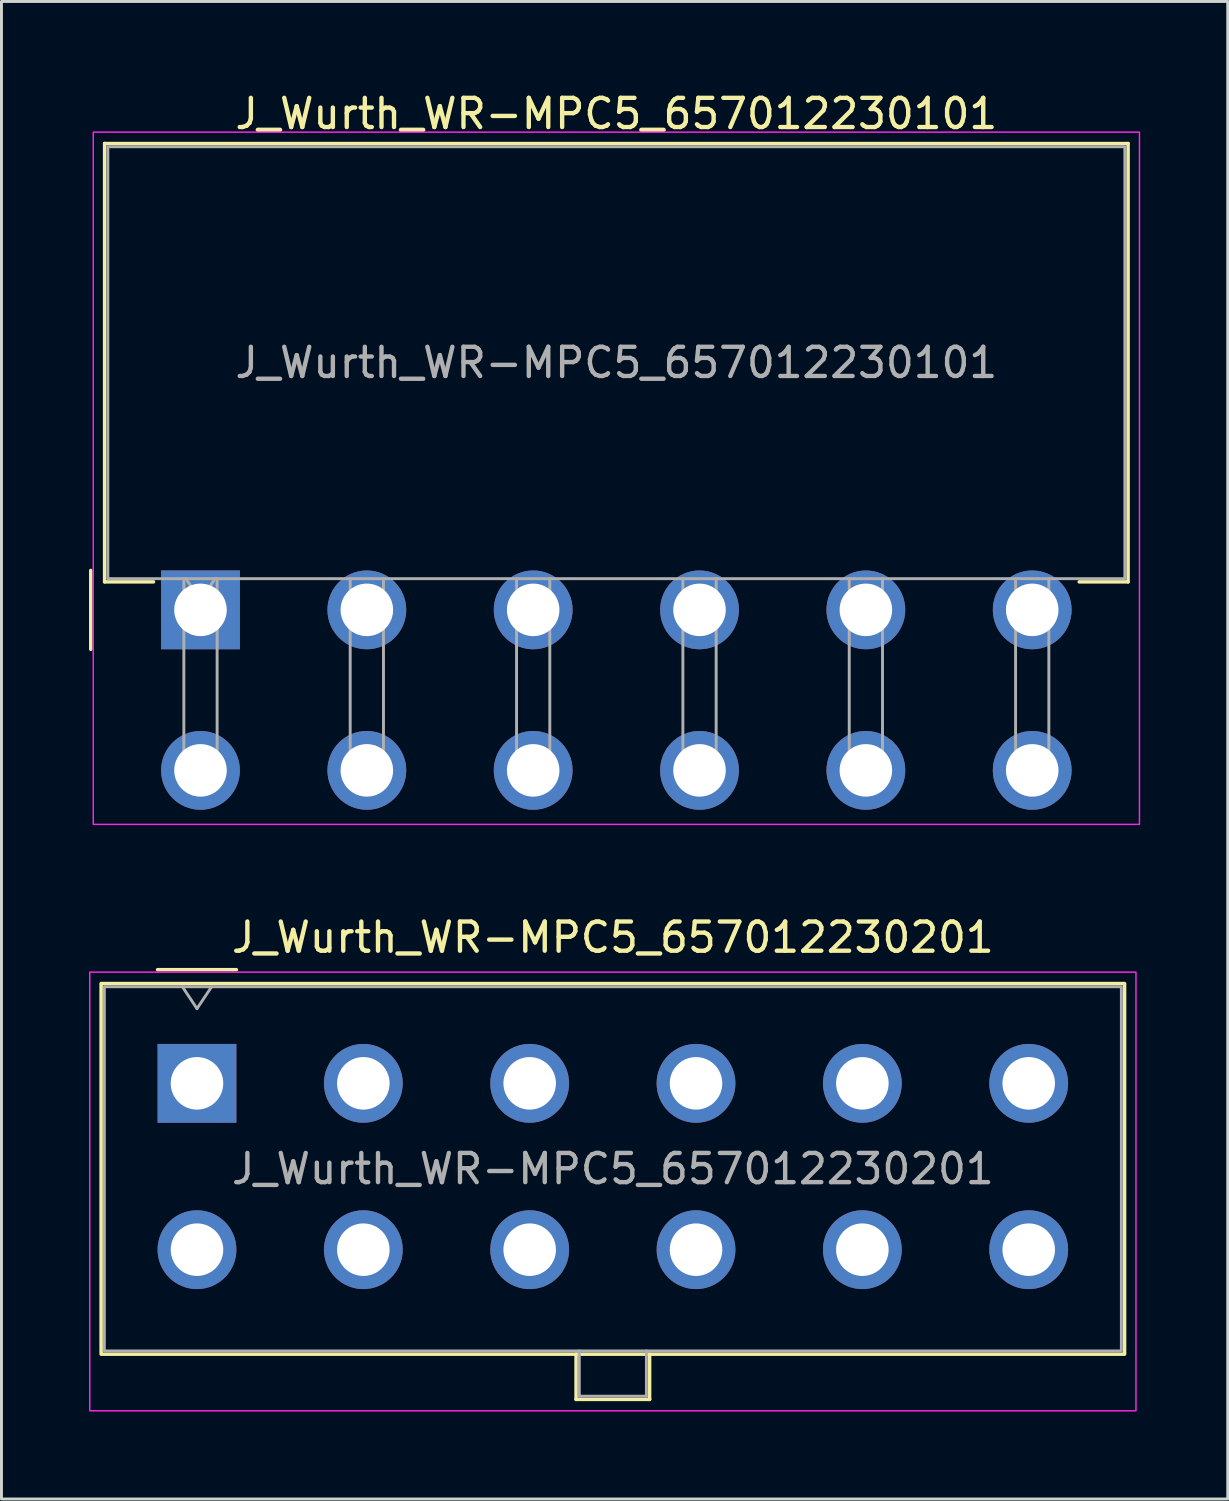
<source format=kicad_pcb>
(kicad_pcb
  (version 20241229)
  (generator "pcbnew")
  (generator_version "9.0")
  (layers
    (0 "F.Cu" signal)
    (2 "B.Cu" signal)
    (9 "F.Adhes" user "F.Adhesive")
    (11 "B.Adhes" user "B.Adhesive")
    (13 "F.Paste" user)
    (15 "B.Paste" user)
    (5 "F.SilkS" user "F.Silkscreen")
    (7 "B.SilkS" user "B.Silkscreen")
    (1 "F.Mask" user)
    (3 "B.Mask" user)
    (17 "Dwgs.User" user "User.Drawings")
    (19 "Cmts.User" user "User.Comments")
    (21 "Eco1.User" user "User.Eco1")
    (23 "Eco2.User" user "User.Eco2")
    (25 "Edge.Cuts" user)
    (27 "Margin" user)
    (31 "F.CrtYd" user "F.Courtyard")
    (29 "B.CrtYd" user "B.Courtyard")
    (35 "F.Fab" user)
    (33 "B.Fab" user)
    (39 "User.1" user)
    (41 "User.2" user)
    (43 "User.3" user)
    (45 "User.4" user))
  (footprint "J_Wurth_WR-MPC5_657012230201"
    (layer "F.Cu")
    (at 3.7 34.072)
    (property "Reference" "J_Wurth_WR-MPC5_657012230201" (at 14.25 -5 0) (unlocked yes) (layer "F.SilkS") (effects (font (size 1 1) (thickness 0.15))))
    (attr through_hole)
    (fp_line (start -1.35 -3.895) (end 1.35 -3.895) (stroke (width 0.12) (type solid)) (layer "F.SilkS"))
    (fp_line (start 12.99 9.28) (end 12.99 10.83) (stroke (width 0.12) (type solid)) (layer "F.SilkS"))
    (fp_line (start 12.99 10.83) (end 15.51 10.83) (stroke (width 0.12) (type solid)) (layer "F.SilkS"))
    (fp_line (start 15.51 9.28) (end 15.51 10.83) (stroke (width 0.12) (type solid)) (layer "F.SilkS"))
    (fp_rect (start -3.285 -3.42) (end 31.785 9.28) (stroke (width 0.12) (type solid)) (fill no) (layer "F.SilkS"))
    (fp_rect (start -3.675 -3.81) (end 32.175 11.22) (stroke (width 0.05) (type solid)) (fill no) (layer "F.CrtYd"))
    (fp_line (start 0 -2.56) (end -0.5 -3.31) (stroke (width 0.1) (type solid)) (layer "F.Fab"))
    (fp_line (start 0 -2.56) (end 0.5 -3.31) (stroke (width 0.1) (type solid)) (layer "F.Fab"))
    (fp_line (start 13.1 10.72) (end 13.1 9.17) (stroke (width 0.1) (type solid)) (layer "F.Fab"))
    (fp_line (start 15.4 9.17) (end 15.4 10.72) (stroke (width 0.1) (type solid)) (layer "F.Fab"))
    (fp_line (start 15.4 10.72) (end 13.1 10.72) (stroke (width 0.1) (type solid)) (layer "F.Fab"))
    (fp_rect (start -3.175 -3.31) (end 31.675 9.17) (stroke (width 0.1) (type solid)) (fill no) (layer "F.Fab"))
    (fp_text user "${REFERENCE}" (at 14.25 2.93 0) (unlocked yes) (layer "F.Fab") (effects (font (size 1 1) (thickness 0.15))))
    (pad "1" thru_hole rect (at 0 0 180) (size 2.7 2.7) (drill 1.8) (layers "*.Cu" "*.Mask"))
    (pad "2" thru_hole oval (at 5.7 0 180) (size 2.7 2.7) (drill 1.8) (layers "*.Cu" "*.Mask"))
    (pad "3" thru_hole oval (at 11.4 0 180) (size 2.7 2.7) (drill 1.8) (layers "*.Cu" "*.Mask"))
    (pad "4" thru_hole oval (at 17.1 0 180) (size 2.7 2.7) (drill 1.8) (layers "*.Cu" "*.Mask"))
    (pad "5" thru_hole oval (at 22.8 0 180) (size 2.7 2.7) (drill 1.8) (layers "*.Cu" "*.Mask"))
    (pad "6" thru_hole oval (at 28.5 0 180) (size 2.7 2.7) (drill 1.8) (layers "*.Cu" "*.Mask"))
    (pad "7" thru_hole circle (at 0 5.7 180) (size 2.7 2.7) (drill 1.8) (layers "*.Cu" "*.Mask"))
    (pad "8" thru_hole circle (at 5.7 5.7 180) (size 2.7 2.7) (drill 1.8) (layers "*.Cu" "*.Mask"))
    (pad "9" thru_hole circle (at 11.4 5.7 180) (size 2.7 2.7) (drill 1.8) (layers "*.Cu" "*.Mask"))
    (pad "10" thru_hole circle (at 17.1 5.7 180) (size 2.7 2.7) (drill 1.8) (layers "*.Cu" "*.Mask"))
    (pad "11" thru_hole circle (at 22.8 5.7 180) (size 2.7 2.7) (drill 1.8) (layers "*.Cu" "*.Mask"))
    (pad "12" thru_hole circle (at 28.5 5.7 180) (size 2.7 2.7) (drill 1.8) (layers "*.Cu" "*.Mask")))
  (footprint "J_Wurth_WR-MPC5_657012230101"
    (layer "F.Cu")
    (at 3.82 17.848)
    (property "Reference" "J_Wurth_WR-MPC5_657012230101" (at 14.25 -17 0) (unlocked yes) (layer "F.SilkS") (effects (font (size 1 1) (thickness 0.15))))
    (attr through_hole)
    (fp_line (start -3.76 -1.35) (end -3.76 1.35) (stroke (width 0.12) (type solid)) (layer "F.SilkS"))
    (fp_line (start -3.285 -15.98) (end -3.285 -0.96) (stroke (width 0.12) (type solid)) (layer "F.SilkS"))
    (fp_line (start -3.285 -15.98) (end 31.785 -15.98) (stroke (width 0.12) (type solid)) (layer "F.SilkS"))
    (fp_line (start -1.61 -0.96) (end -3.285 -0.96) (stroke (width 0.12) (type solid)) (layer "F.SilkS"))
    (fp_line (start 31.785 -15.98) (end 31.785 -0.96) (stroke (width 0.12) (type solid)) (layer "F.SilkS"))
    (fp_line (start 31.785 -0.96) (end 30.11 -0.96) (stroke (width 0.12) (type solid)) (layer "F.SilkS"))
    (fp_rect (start -3.675 -16.37) (end 32.175 7.35) (stroke (width 0.05) (type solid)) (fill no) (layer "F.CrtYd"))
    (fp_line (start -0.57 0.57) (end -0.57 -1.07) (stroke (width 0.1) (type solid)) (layer "F.Fab"))
    (fp_line (start -0.57 0.57) (end 0.57 0.57) (stroke (width 0.1) (type solid)) (layer "F.Fab"))
    (fp_line (start -0.57 6.07) (end -0.57 0.57) (stroke (width 0.1) (type solid)) (layer "F.Fab"))
    (fp_line (start 0 -0.32) (end -0.5 -1.07) (stroke (width 0.1) (type solid)) (layer "F.Fab"))
    (fp_line (start 0 -0.32) (end 0.5 -1.07) (stroke (width 0.1) (type solid)) (layer "F.Fab"))
    (fp_line (start 0.57 0.57) (end 0.57 -1.07) (stroke (width 0.1) (type solid)) (layer "F.Fab"))
    (fp_line (start 0.57 6.07) (end -0.57 6.07) (stroke (width 0.1) (type solid)) (layer "F.Fab"))
    (fp_line (start 0.57 6.07) (end 0.57 0.57) (stroke (width 0.1) (type solid)) (layer "F.Fab"))
    (fp_line (start 5.13 0.57) (end 5.13 -1.07) (stroke (width 0.1) (type solid)) (layer "F.Fab"))
    (fp_line (start 5.13 0.57) (end 6.27 0.57) (stroke (width 0.1) (type solid)) (layer "F.Fab"))
    (fp_line (start 5.13 6.07) (end 5.13 0.57) (stroke (width 0.1) (type solid)) (layer "F.Fab"))
    (fp_line (start 6.27 0.57) (end 6.27 -1.07) (stroke (width 0.1) (type solid)) (layer "F.Fab"))
    (fp_line (start 6.27 6.07) (end 5.13 6.07) (stroke (width 0.1) (type solid)) (layer "F.Fab"))
    (fp_line (start 6.27 6.07) (end 6.27 0.57) (stroke (width 0.1) (type solid)) (layer "F.Fab"))
    (fp_line (start 10.83 0.57) (end 10.83 -1.07) (stroke (width 0.1) (type solid)) (layer "F.Fab"))
    (fp_line (start 10.83 0.57) (end 11.97 0.57) (stroke (width 0.1) (type solid)) (layer "F.Fab"))
    (fp_line (start 10.83 6.07) (end 10.83 0.57) (stroke (width 0.1) (type solid)) (layer "F.Fab"))
    (fp_line (start 11.97 0.57) (end 11.97 -1.07) (stroke (width 0.1) (type solid)) (layer "F.Fab"))
    (fp_line (start 11.97 6.07) (end 10.83 6.07) (stroke (width 0.1) (type solid)) (layer "F.Fab"))
    (fp_line (start 11.97 6.07) (end 11.97 0.57) (stroke (width 0.1) (type solid)) (layer "F.Fab"))
    (fp_line (start 16.53 0.57) (end 16.53 -1.07) (stroke (width 0.1) (type solid)) (layer "F.Fab"))
    (fp_line (start 16.53 0.57) (end 17.67 0.57) (stroke (width 0.1) (type solid)) (layer "F.Fab"))
    (fp_line (start 16.53 6.07) (end 16.53 0.57) (stroke (width 0.1) (type solid)) (layer "F.Fab"))
    (fp_line (start 17.67 0.57) (end 17.67 -1.07) (stroke (width 0.1) (type solid)) (layer "F.Fab"))
    (fp_line (start 17.67 6.07) (end 16.53 6.07) (stroke (width 0.1) (type solid)) (layer "F.Fab"))
    (fp_line (start 17.67 6.07) (end 17.67 0.57) (stroke (width 0.1) (type solid)) (layer "F.Fab"))
    (fp_line (start 22.23 0.57) (end 22.23 -1.07) (stroke (width 0.1) (type solid)) (layer "F.Fab"))
    (fp_line (start 22.23 0.57) (end 23.37 0.57) (stroke (width 0.1) (type solid)) (layer "F.Fab"))
    (fp_line (start 22.23 6.07) (end 22.23 0.57) (stroke (width 0.1) (type solid)) (layer "F.Fab"))
    (fp_line (start 23.37 0.57) (end 23.37 -1.07) (stroke (width 0.1) (type solid)) (layer "F.Fab"))
    (fp_line (start 23.37 6.07) (end 22.23 6.07) (stroke (width 0.1) (type solid)) (layer "F.Fab"))
    (fp_line (start 23.37 6.07) (end 23.37 0.57) (stroke (width 0.1) (type solid)) (layer "F.Fab"))
    (fp_line (start 27.93 0.57) (end 27.93 -1.07) (stroke (width 0.1) (type solid)) (layer "F.Fab"))
    (fp_line (start 27.93 0.57) (end 29.07 0.57) (stroke (width 0.1) (type solid)) (layer "F.Fab"))
    (fp_line (start 27.93 6.07) (end 27.93 0.57) (stroke (width 0.1) (type solid)) (layer "F.Fab"))
    (fp_line (start 29.07 0.57) (end 29.07 -1.07) (stroke (width 0.1) (type solid)) (layer "F.Fab"))
    (fp_line (start 29.07 6.07) (end 27.93 6.07) (stroke (width 0.1) (type solid)) (layer "F.Fab"))
    (fp_line (start 29.07 6.07) (end 29.07 0.57) (stroke (width 0.1) (type solid)) (layer "F.Fab"))
    (fp_rect (start -3.175 -15.87) (end 31.675 -1.07) (stroke (width 0.1) (type solid)) (fill no) (layer "F.Fab"))
    (fp_text user "${REFERENCE}" (at 14.25 -8.47 0) (unlocked yes) (layer "F.Fab") (effects (font (size 1 1) (thickness 0.15))))
    (pad "1" thru_hole rect (at 0 0 180) (size 2.7 2.7) (drill 1.8) (layers "*.Cu" "*.Mask"))
    (pad "2" thru_hole circle (at 5.7 0 180) (size 2.7 2.7) (drill 1.8) (layers "*.Cu" "*.Mask"))
    (pad "3" thru_hole circle (at 11.4 0 180) (size 2.7 2.7) (drill 1.8) (layers "*.Cu" "*.Mask"))
    (pad "4" thru_hole circle (at 17.1 0 180) (size 2.7 2.7) (drill 1.8) (layers "*.Cu" "*.Mask"))
    (pad "5" thru_hole circle (at 22.8 0 180) (size 2.7 2.7) (drill 1.8) (layers "*.Cu" "*.Mask"))
    (pad "6" thru_hole circle (at 28.5 0 180) (size 2.7 2.7) (drill 1.8) (layers "*.Cu" "*.Mask"))
    (pad "7" thru_hole circle (at 0 5.5 180) (size 2.7 2.7) (drill 1.8) (layers "*.Cu" "*.Mask"))
    (pad "8" thru_hole circle (at 5.7 5.5 180) (size 2.7 2.7) (drill 1.8) (layers "*.Cu" "*.Mask"))
    (pad "9" thru_hole circle (at 11.4 5.5 180) (size 2.7 2.7) (drill 1.8) (layers "*.Cu" "*.Mask"))
    (pad "10" thru_hole circle (at 17.1 5.5 180) (size 2.7 2.7) (drill 1.8) (layers "*.Cu" "*.Mask"))
    (pad "11" thru_hole circle (at 22.8 5.5 180) (size 2.7 2.7) (drill 1.8) (layers "*.Cu" "*.Mask"))
    (pad "12" thru_hole circle (at 28.5 5.5 180) (size 2.7 2.7) (drill 1.8) (layers "*.Cu" "*.Mask")))
  (gr_rect
    (start -3 -3)
    (end 39.02 48.316)
    (stroke (width 0.1) (type default))
    (fill no)
    (layer "Edge.Cuts")))
</source>
